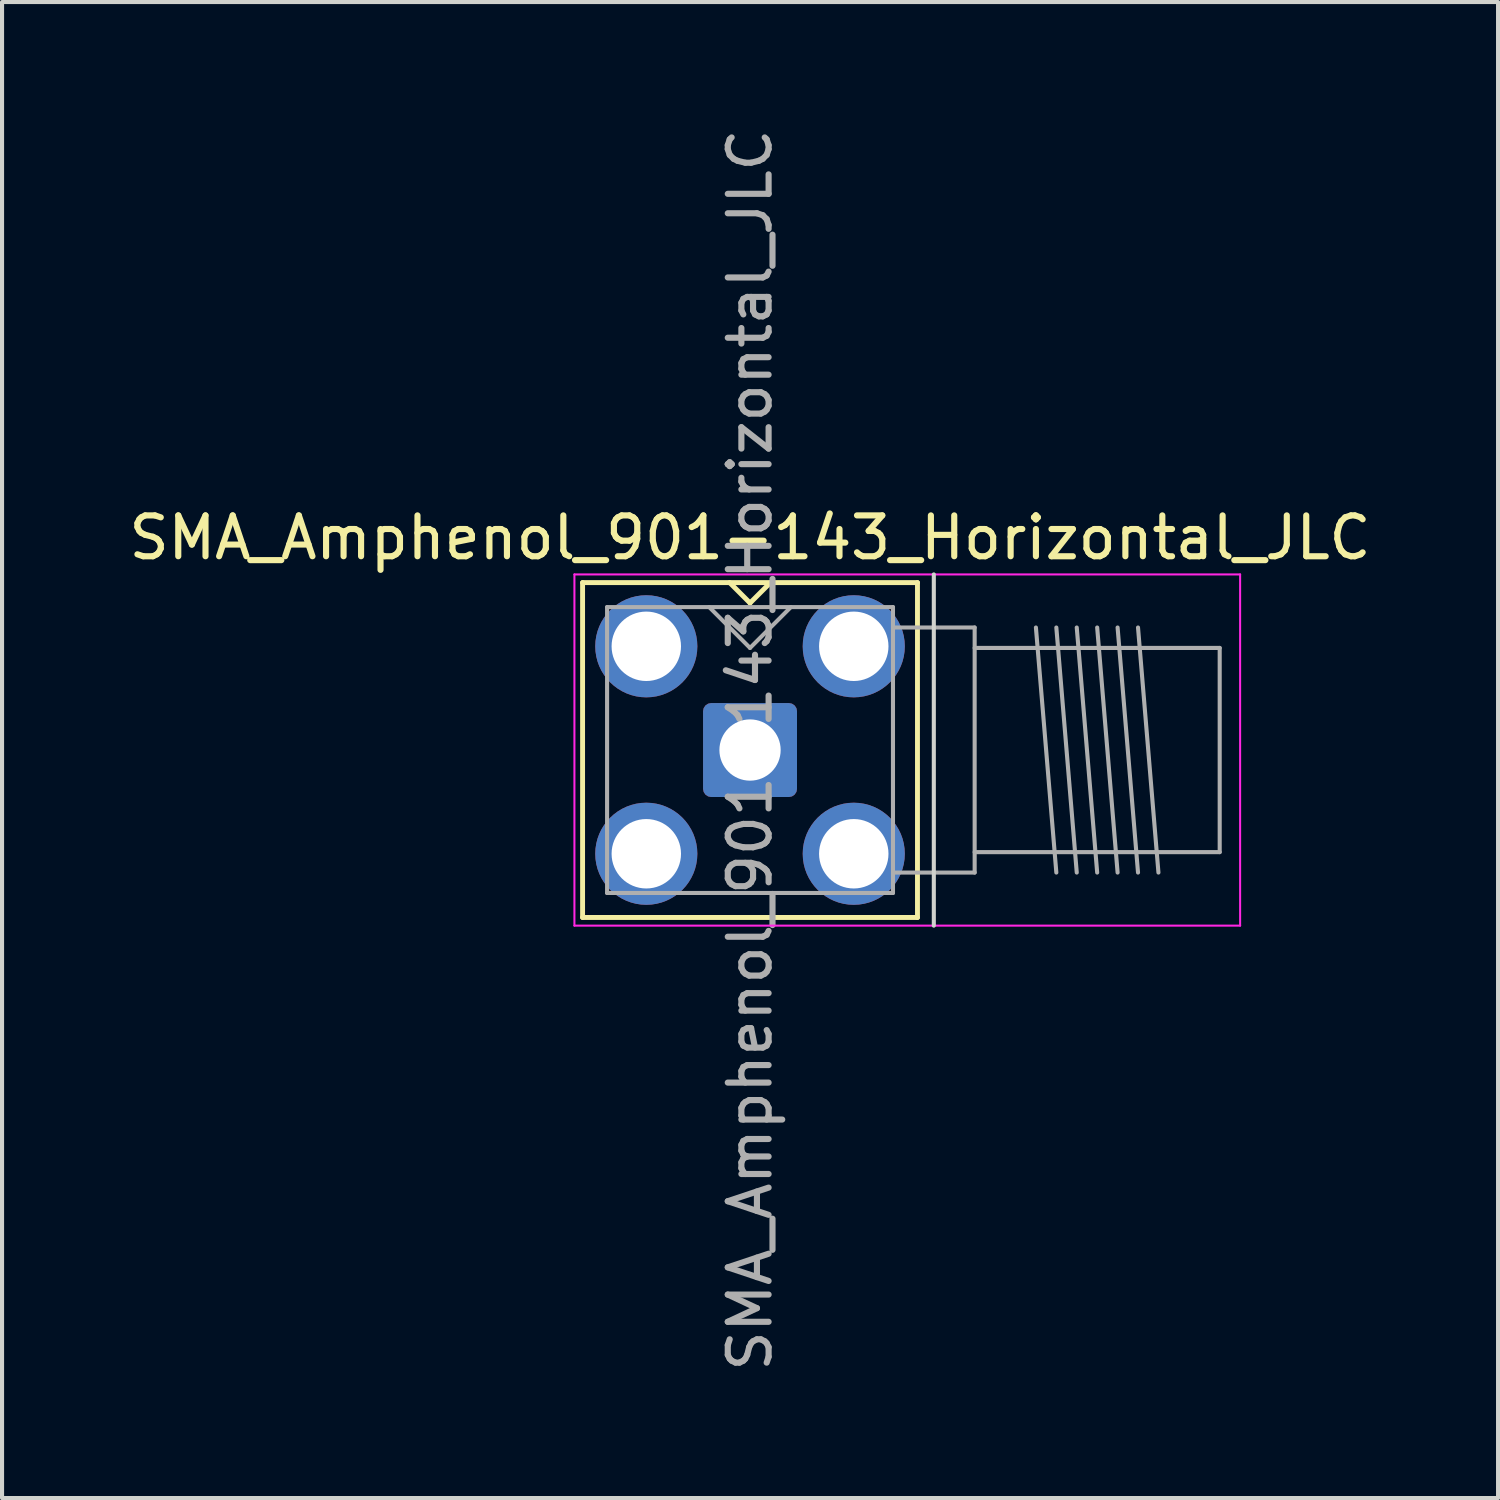
<source format=kicad_pcb>
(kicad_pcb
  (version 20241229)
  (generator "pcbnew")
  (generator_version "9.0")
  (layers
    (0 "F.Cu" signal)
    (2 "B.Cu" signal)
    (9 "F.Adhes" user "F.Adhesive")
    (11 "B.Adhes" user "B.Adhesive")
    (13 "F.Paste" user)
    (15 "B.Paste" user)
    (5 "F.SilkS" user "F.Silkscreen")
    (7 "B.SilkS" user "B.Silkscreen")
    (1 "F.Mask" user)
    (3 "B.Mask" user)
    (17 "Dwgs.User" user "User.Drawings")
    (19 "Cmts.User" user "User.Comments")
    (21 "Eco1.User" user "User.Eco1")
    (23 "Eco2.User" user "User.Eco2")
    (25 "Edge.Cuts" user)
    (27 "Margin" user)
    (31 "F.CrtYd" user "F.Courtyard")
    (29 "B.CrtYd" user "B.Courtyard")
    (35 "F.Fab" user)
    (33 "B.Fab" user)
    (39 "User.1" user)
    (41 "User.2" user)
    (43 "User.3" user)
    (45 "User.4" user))
  (footprint "SMA_Amphenol_901-143_Horizontal_JLC"
    (layer "F.Cu")
    (at 15.315 15.315)
    (property "Reference" "SMA_Amphenol_901-143_Horizontal_JLC" (at 0 -5.2 0) (layer "F.SilkS") (effects (font (size 1 1) (thickness 0.15))))
    (attr through_hole)
    (fp_line (start -4.1 -4.1) (end -4.1 4.1) (stroke (width 0.12) (type solid)) (layer "F.SilkS"))
    (fp_line (start -0.5 -4.1) (end 0 -3.6) (stroke (width 0.12) (type solid)) (layer "F.SilkS"))
    (fp_line (start 0 -3.6) (end 0.5 -4.1) (stroke (width 0.12) (type solid)) (layer "F.SilkS"))
    (fp_line (start 4.1 -4.1) (end -4.1 -4.1) (stroke (width 0.12) (type solid)) (layer "F.SilkS"))
    (fp_line (start 4.1 -4.1) (end 4.1 4.1) (stroke (width 0.12) (type solid)) (layer "F.SilkS"))
    (fp_line (start 4.1 4.1) (end -4.1 4.1) (stroke (width 0.12) (type solid)) (layer "F.SilkS"))
    (fp_line (start 4.5 4.3) (end 4.5 -4.3) (stroke (width 0.1) (type solid)) (layer "Edge.Cuts"))
    (fp_line (start -4.3 4.3) (end -4.3 -4.3) (stroke (width 0.05) (type solid)) (layer "F.CrtYd"))
    (fp_line (start -4.3 4.3) (end 12 4.3) (stroke (width 0.05) (type solid)) (layer "F.CrtYd"))
    (fp_line (start 12 -4.3) (end -4.3 -4.3) (stroke (width 0.05) (type solid)) (layer "F.CrtYd"))
    (fp_line (start 12 -4.3) (end 12 4.3) (stroke (width 0.05) (type solid)) (layer "F.CrtYd"))
    (fp_line (start -3.5 -3.5) (end -3.5 3.5) (stroke (width 0.1) (type solid)) (layer "F.Fab"))
    (fp_line (start 0 -2.5) (end -1 -3.5) (stroke (width 0.1) (type solid)) (layer "F.Fab"))
    (fp_line (start 1 -3.5) (end 0 -2.5) (stroke (width 0.1) (type solid)) (layer "F.Fab"))
    (fp_line (start 3.5 -3.5) (end -3.5 -3.5) (stroke (width 0.1) (type solid)) (layer "F.Fab"))
    (fp_line (start 3.5 -3.5) (end 3.5 3.5) (stroke (width 0.1) (type solid)) (layer "F.Fab"))
    (fp_line (start 3.5 3.5) (end -3.5 3.5) (stroke (width 0.1) (type solid)) (layer "F.Fab"))
    (fp_line (start 5.5 -3) (end 3.5 -3) (stroke (width 0.1) (type solid)) (layer "F.Fab"))
    (fp_line (start 5.5 3) (end 3.5 3) (stroke (width 0.1) (type solid)) (layer "F.Fab"))
    (fp_line (start 5.5 3) (end 5.5 -3) (stroke (width 0.1) (type solid)) (layer "F.Fab"))
    (fp_line (start 7 -3) (end 7.5 3) (stroke (width 0.1) (type solid)) (layer "F.Fab"))
    (fp_line (start 7.5 -3) (end 8 3) (stroke (width 0.1) (type solid)) (layer "F.Fab"))
    (fp_line (start 8 -3) (end 8.5 3) (stroke (width 0.1) (type solid)) (layer "F.Fab"))
    (fp_line (start 8.5 -3) (end 9 3) (stroke (width 0.1) (type solid)) (layer "F.Fab"))
    (fp_line (start 9 -3) (end 9.5 3) (stroke (width 0.1) (type solid)) (layer "F.Fab"))
    (fp_line (start 9.5 -3) (end 10 3) (stroke (width 0.1) (type solid)) (layer "F.Fab"))
    (fp_line (start 11.5 -2.5) (end 5.5 -2.5) (stroke (width 0.1) (type solid)) (layer "F.Fab"))
    (fp_line (start 11.5 -2.5) (end 11.5 2.5) (stroke (width 0.1) (type solid)) (layer "F.Fab"))
    (fp_line (start 11.5 2.5) (end 5.5 2.5) (stroke (width 0.1) (type solid)) (layer "F.Fab"))
    (fp_text user "${REFERENCE}" (at 0 0 270) (layer "F.Fab") (effects (font (size 1 1) (thickness 0.15))))
    (pad "1" thru_hole roundrect (at 0 0 270) (size 2.3 2.3) (drill 1.5) (layers "*.Cu" "*.Mask") (remove_unused_layers yes) (keep_end_layers yes) (zone_layer_connections) (roundrect_rratio 0.087))
    (pad "2" thru_hole circle (at -2.54 -2.54 270) (size 2.5 2.5) (drill 1.7) (layers "*.Cu" "*.Mask") (remove_unused_layers yes) (keep_end_layers yes) (zone_layer_connections))
    (pad "2" thru_hole circle (at -2.54 2.54 270) (size 2.5 2.5) (drill 1.7) (layers "*.Cu" "*.Mask") (remove_unused_layers yes) (keep_end_layers yes) (zone_layer_connections))
    (pad "2" thru_hole circle (at 2.54 -2.54 270) (size 2.5 2.5) (drill 1.7) (layers "*.Cu" "*.Mask") (remove_unused_layers yes) (keep_end_layers yes) (zone_layer_connections))
    (pad "2" thru_hole circle (at 2.54 2.54 270) (size 2.5 2.5) (drill 1.7) (layers "*.Cu" "*.Mask") (remove_unused_layers yes) (keep_end_layers yes) (zone_layer_connections)))
  (gr_rect
    (start -3 -3)
    (end 33.631 33.631)
    (stroke (width 0.1) (type default))
    (fill no)
    (layer "Edge.Cuts")))
</source>
